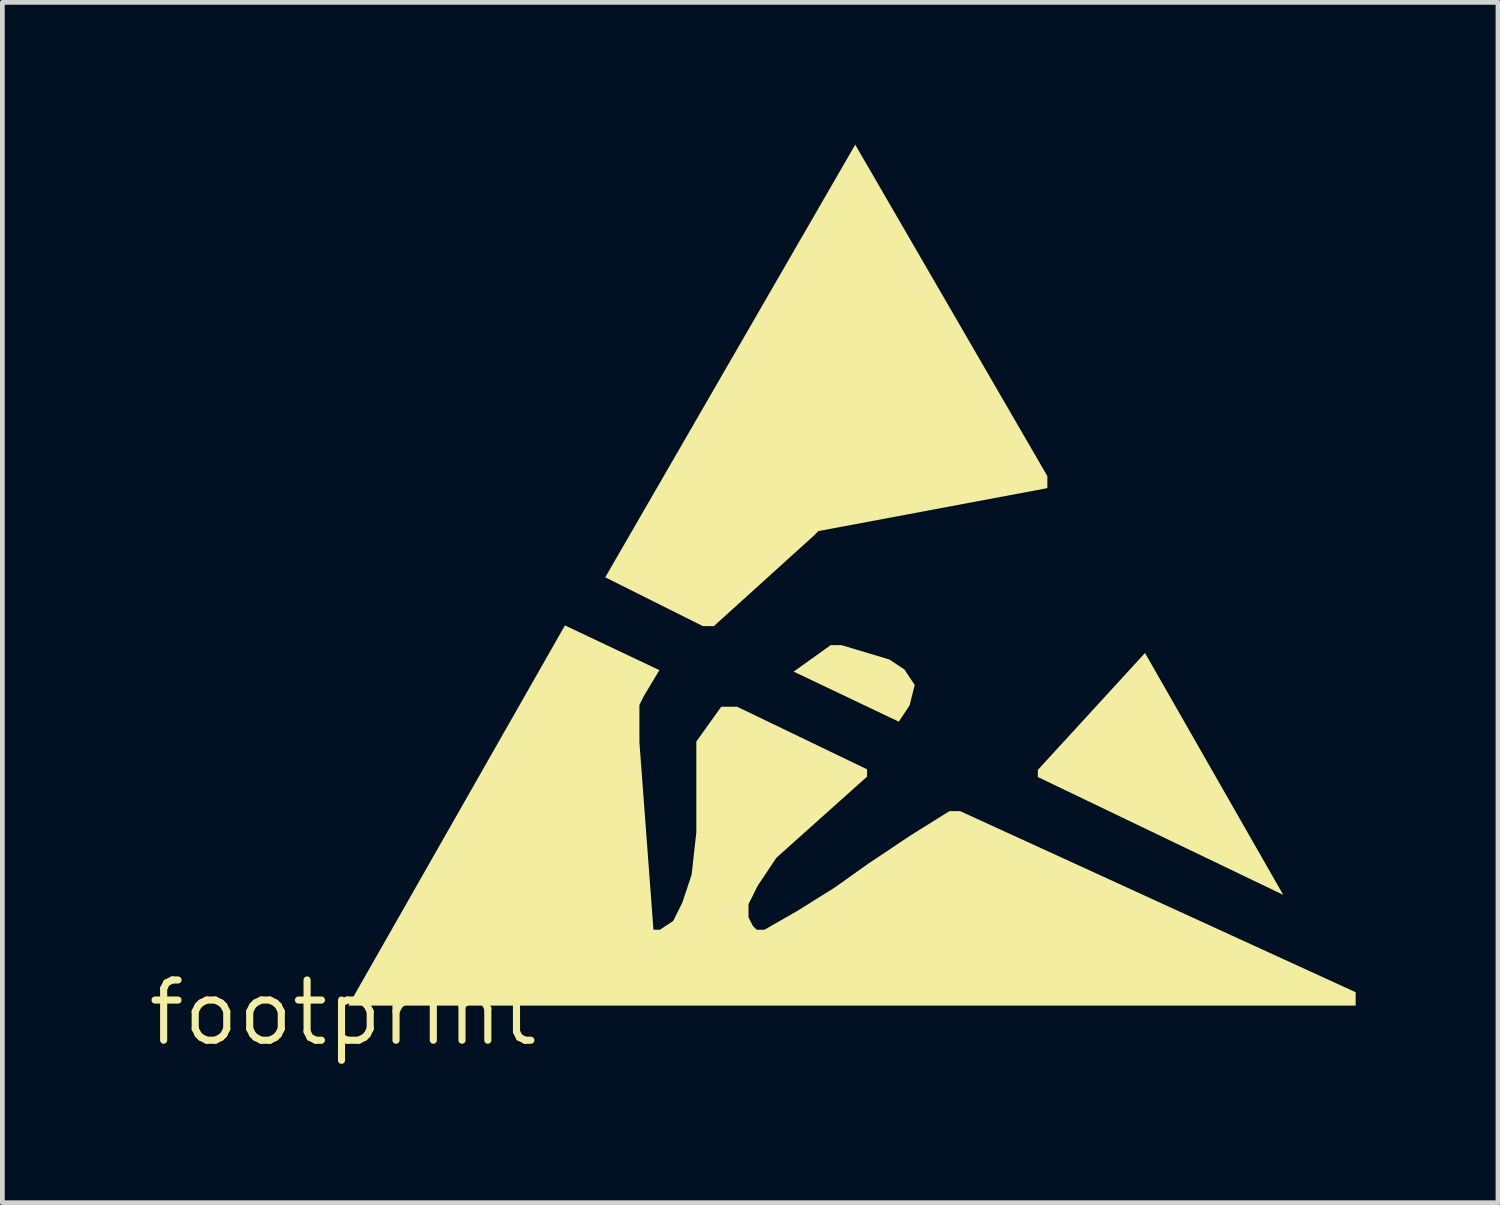
<source format=kicad_pcb>
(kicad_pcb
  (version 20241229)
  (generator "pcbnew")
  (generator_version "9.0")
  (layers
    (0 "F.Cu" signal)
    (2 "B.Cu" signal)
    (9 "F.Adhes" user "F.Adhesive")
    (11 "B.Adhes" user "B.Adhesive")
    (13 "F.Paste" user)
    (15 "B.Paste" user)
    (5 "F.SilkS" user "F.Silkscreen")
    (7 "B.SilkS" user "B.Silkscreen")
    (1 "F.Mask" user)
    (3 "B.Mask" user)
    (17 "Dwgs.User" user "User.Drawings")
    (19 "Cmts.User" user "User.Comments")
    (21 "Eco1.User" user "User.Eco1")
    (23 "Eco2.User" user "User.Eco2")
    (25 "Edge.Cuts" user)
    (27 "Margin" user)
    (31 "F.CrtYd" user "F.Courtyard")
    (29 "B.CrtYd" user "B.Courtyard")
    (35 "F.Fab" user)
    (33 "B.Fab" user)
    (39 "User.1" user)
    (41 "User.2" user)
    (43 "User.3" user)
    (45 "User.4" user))
  (footprint "footprint"
    (layer "F.Cu")
    (at 4.18 18.3)
    (property "Reference" "footprint" (at 0 0 0) (layer "F.SilkS") (effects (font (size 1.27 1.27) (thickness 0.15))))
    (fp_poly (pts (xy 19.823 -2.485) (xy 14.65 -4.969) (xy 14.65 -5.119) (xy 16.909 -7.584)) (stroke (width 0) (type solid)) (fill yes) (layer "F.SilkS"))
    (fp_poly (pts (xy 11.522 -7.446) (xy 11.836 -7.236) (xy 12.054 -6.909) (xy 11.946 -6.479) (xy 11.718 -6.136) (xy 9.502 -7.191) (xy 10.284 -7.75) (xy 10.507 -7.75)) (stroke (width 0) (type solid)) (fill yes) (layer "F.SilkS"))
    (fp_poly (pts (xy 14.85 -11.313) (xy 14.85 -11.059) (xy 10.024 -10.154) (xy 9.934 -10.064) (xy 7.819 -8.15) (xy 7.588 -8.15) (xy 5.53 -9.179) (xy 10.8 -18.3)) (stroke (width 0) (type solid)) (fill yes) (layer "F.SilkS"))
    (fp_poly (pts (xy 6.671 -7.222) (xy 6.344 -6.676) (xy 6.25 -6.488) (xy 6.25 -5.702) (xy 6.546 -1.75) (xy 6.685 -1.75) (xy 6.961 -1.934) (xy 7.154 -2.319) (xy 7.351 -2.911) (xy 7.45 -3.803) (xy 7.45 -5.716) (xy 7.974 -6.45) (xy 8.311 -6.45) (xy 11.05 -5.131) (xy 11.05 -4.978) (xy 9.138 -3.267) (xy 8.743 -2.675) (xy 8.55 -2.288) (xy 8.55 -2.012) (xy 8.641 -1.83) (xy 8.721 -1.75) (xy 8.887 -1.75) (xy 9.574 -2.143) (xy 10.372 -2.642) (xy 11.072 -3.141) (xy 11.973 -3.742) (xy 12.786 -4.25) (xy 13.011 -4.25) (xy 21.35 -0.432) (xy 21.35 -0.15) (xy 0.114 -0.15) (xy 4.68 -8.165)) (stroke (width 0) (type solid)) (fill yes) (layer "F.SilkS")))
  (gr_rect
    (start -3 -3)
    (end 28.53 22.306)
    (stroke (width 0.1) (type default))
    (fill no)
    (layer "Edge.Cuts")))
</source>
